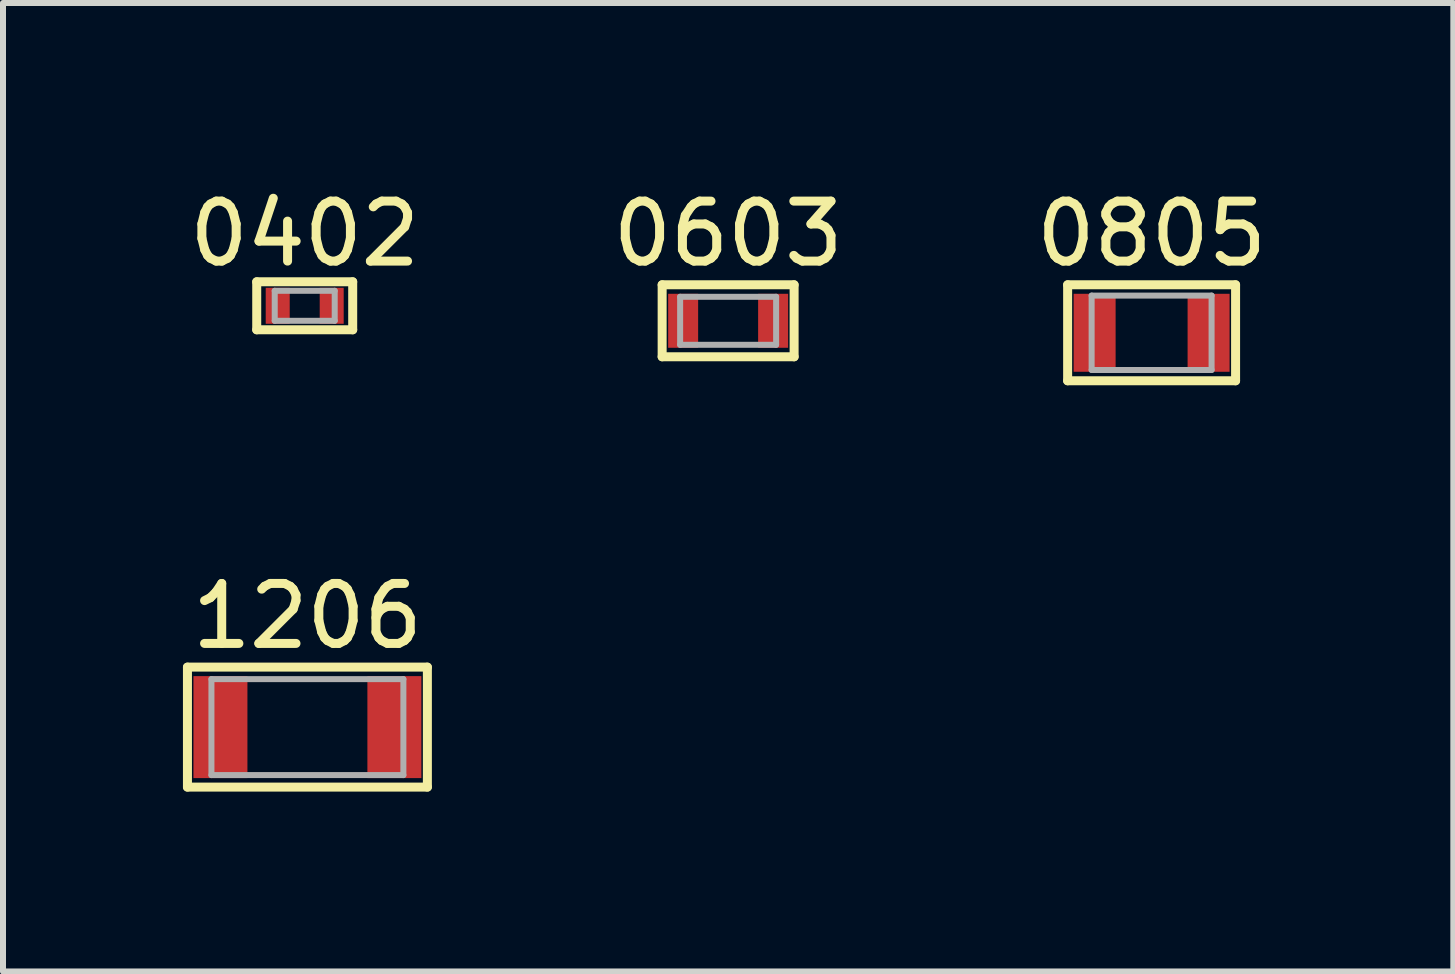
<source format=kicad_pcb>
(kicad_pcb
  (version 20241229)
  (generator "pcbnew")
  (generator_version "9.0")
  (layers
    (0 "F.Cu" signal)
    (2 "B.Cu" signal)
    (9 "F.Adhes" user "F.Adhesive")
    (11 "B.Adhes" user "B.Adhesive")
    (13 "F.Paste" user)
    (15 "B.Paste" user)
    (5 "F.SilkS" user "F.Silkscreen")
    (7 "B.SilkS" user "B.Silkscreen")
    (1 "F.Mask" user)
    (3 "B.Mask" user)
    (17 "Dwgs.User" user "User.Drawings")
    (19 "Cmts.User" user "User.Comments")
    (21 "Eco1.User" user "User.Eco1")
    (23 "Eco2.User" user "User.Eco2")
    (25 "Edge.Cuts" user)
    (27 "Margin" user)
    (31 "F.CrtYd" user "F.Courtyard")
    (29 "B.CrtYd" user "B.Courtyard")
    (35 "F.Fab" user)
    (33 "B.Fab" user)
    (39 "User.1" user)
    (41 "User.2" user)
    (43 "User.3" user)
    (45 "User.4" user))
  (footprint "0805"
    (layer "F.Cu")
    (at 16.149 2.498)
    (property "Reference" "0805" (at 0 -1.65 0) (layer "F.SilkS") (effects (font (size 1 1) (thickness 0.15))))
    (attr smd)
    (fp_line (start -1.4 -0.8) (end -1.4 0.8) (stroke (width 0.15) (type solid)) (layer "F.SilkS"))
    (fp_line (start -1.4 0.8) (end 1.4 0.8) (stroke (width 0.15) (type solid)) (layer "F.SilkS"))
    (fp_line (start 1.4 -0.8) (end -1.4 -0.8) (stroke (width 0.15) (type solid)) (layer "F.SilkS"))
    (fp_line (start 1.4 0.8) (end 1.4 -0.8) (stroke (width 0.15) (type solid)) (layer "F.SilkS"))
    (fp_line (start -1 -0.62) (end 1 -0.62) (stroke (width 0.1) (type solid)) (layer "F.Fab"))
    (fp_line (start -1 0.62) (end -1 -0.62) (stroke (width 0.1) (type solid)) (layer "F.Fab"))
    (fp_line (start 1 -0.62) (end 1 0.62) (stroke (width 0.1) (type solid)) (layer "F.Fab"))
    (fp_line (start 1 0.62) (end -1 0.62) (stroke (width 0.1) (type solid)) (layer "F.Fab"))
    (pad "1" smd rect (at -0.95 0) (size 0.7 1.3) (layers "F.Cu" "F.Mask" "F.Paste"))
    (pad "2" smd rect (at 0.95 0) (size 0.7 1.3) (layers "F.Cu" "F.Mask" "F.Paste")))
  (footprint "0603"
    (layer "F.Cu")
    (at 9.089 2.298)
    (property "Reference" "0603" (at 0 -1.45 0) (layer "F.SilkS") (effects (font (size 1 1) (thickness 0.15))))
    (attr smd)
    (fp_line (start -1.1 -0.6) (end -1.1 0.6) (stroke (width 0.15) (type solid)) (layer "F.SilkS"))
    (fp_line (start -1.1 0.6) (end 1.1 0.6) (stroke (width 0.15) (type solid)) (layer "F.SilkS"))
    (fp_line (start 1.1 -0.6) (end -1.1 -0.6) (stroke (width 0.15) (type solid)) (layer "F.SilkS"))
    (fp_line (start 1.1 0.6) (end 1.1 -0.6) (stroke (width 0.15) (type solid)) (layer "F.SilkS"))
    (fp_line (start -0.8 -0.4) (end 0.8 -0.4) (stroke (width 0.1) (type solid)) (layer "F.Fab"))
    (fp_line (start -0.8 0.4) (end -0.8 -0.4) (stroke (width 0.1) (type solid)) (layer "F.Fab"))
    (fp_line (start 0.8 -0.4) (end 0.8 0.4) (stroke (width 0.1) (type solid)) (layer "F.Fab"))
    (fp_line (start 0.8 0.4) (end -0.8 0.4) (stroke (width 0.1) (type solid)) (layer "F.Fab"))
    (pad "1" smd rect (at -0.75 0) (size 0.5 0.9) (layers "F.Cu" "F.Mask" "F.Paste"))
    (pad "2" smd rect (at 0.75 0) (size 0.5 0.9) (layers "F.Cu" "F.Mask" "F.Paste")))
  (footprint "0402"
    (layer "F.Cu")
    (at 2.03 2.048)
    (property "Reference" "0402" (at 0 -1.2 0) (layer "F.SilkS") (effects (font (size 1 1) (thickness 0.15))))
    (attr smd)
    (fp_line (start -0.8 -0.4) (end -0.8 0.4) (stroke (width 0.15) (type solid)) (layer "F.SilkS"))
    (fp_line (start -0.8 0.4) (end 0.8 0.4) (stroke (width 0.15) (type solid)) (layer "F.SilkS"))
    (fp_line (start 0.8 -0.4) (end -0.8 -0.4) (stroke (width 0.15) (type solid)) (layer "F.SilkS"))
    (fp_line (start 0.8 0.4) (end 0.8 -0.4) (stroke (width 0.15) (type solid)) (layer "F.SilkS"))
    (fp_line (start -0.5 -0.25) (end 0.5 -0.25) (stroke (width 0.1) (type solid)) (layer "F.Fab"))
    (fp_line (start -0.5 0.25) (end -0.5 -0.25) (stroke (width 0.1) (type solid)) (layer "F.Fab"))
    (fp_line (start 0.5 -0.25) (end 0.5 0.25) (stroke (width 0.1) (type solid)) (layer "F.Fab"))
    (fp_line (start 0.5 0.25) (end -0.5 0.25) (stroke (width 0.1) (type solid)) (layer "F.Fab"))
    (pad "1" smd rect (at -0.45 0) (size 0.4 0.6) (layers "F.Cu" "F.Mask" "F.Paste"))
    (pad "2" smd rect (at 0.45 0) (size 0.4 0.6) (layers "F.Cu" "F.Mask" "F.Paste")))
  (footprint "1206"
    (layer "F.Cu")
    (at 2.075 9.072)
    (property "Reference" "1206" (at 0 -1.85 0) (layer "F.SilkS") (effects (font (size 1 1) (thickness 0.15))))
    (attr smd)
    (fp_line (start -2 -1) (end -2 1) (stroke (width 0.15) (type solid)) (layer "F.SilkS"))
    (fp_line (start -2 1) (end 2 1) (stroke (width 0.15) (type solid)) (layer "F.SilkS"))
    (fp_line (start 2 -1) (end -2 -1) (stroke (width 0.15) (type solid)) (layer "F.SilkS"))
    (fp_line (start 2 1) (end 2 -1) (stroke (width 0.15) (type solid)) (layer "F.SilkS"))
    (fp_line (start -1.6 -0.8) (end 1.6 -0.8) (stroke (width 0.1) (type solid)) (layer "F.Fab"))
    (fp_line (start -1.6 0.8) (end -1.6 -0.8) (stroke (width 0.1) (type solid)) (layer "F.Fab"))
    (fp_line (start 1.6 -0.8) (end 1.6 0.8) (stroke (width 0.1) (type solid)) (layer "F.Fab"))
    (fp_line (start 1.6 0.8) (end -1.6 0.8) (stroke (width 0.1) (type solid)) (layer "F.Fab"))
    (pad "1" smd rect (at -1.45 0) (size 0.9 1.7) (layers "F.Cu" "F.Mask" "F.Paste"))
    (pad "2" smd rect (at 1.45 0) (size 0.9 1.7) (layers "F.Cu" "F.Mask" "F.Paste")))
  (gr_rect
    (start -3 -3)
    (end 21.179 13.146)
    (stroke (width 0.1) (type default))
    (fill no)
    (layer "Edge.Cuts")))
</source>
